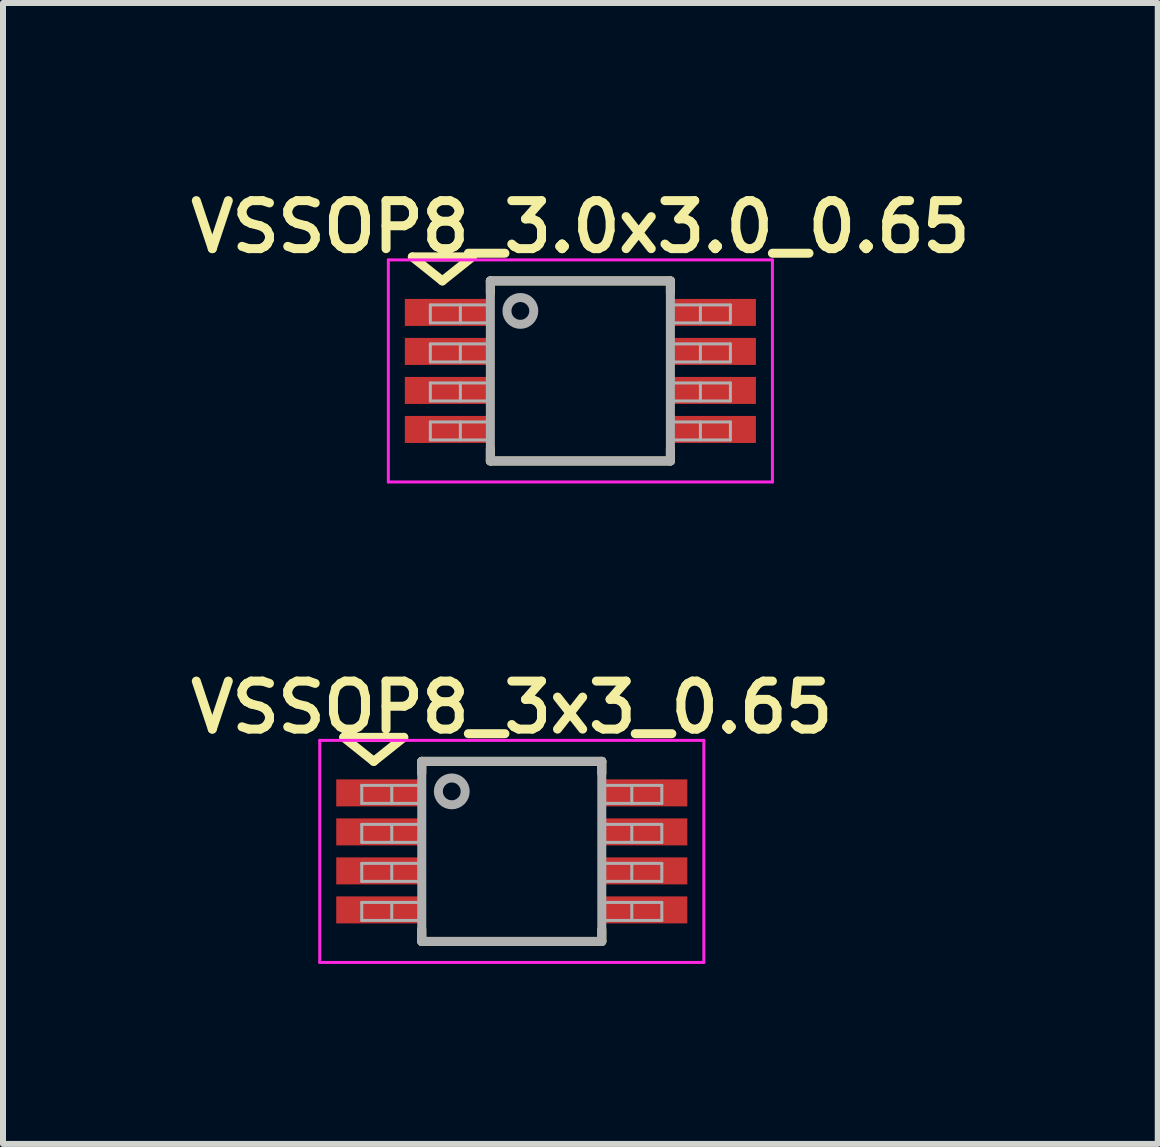
<source format=kicad_pcb>
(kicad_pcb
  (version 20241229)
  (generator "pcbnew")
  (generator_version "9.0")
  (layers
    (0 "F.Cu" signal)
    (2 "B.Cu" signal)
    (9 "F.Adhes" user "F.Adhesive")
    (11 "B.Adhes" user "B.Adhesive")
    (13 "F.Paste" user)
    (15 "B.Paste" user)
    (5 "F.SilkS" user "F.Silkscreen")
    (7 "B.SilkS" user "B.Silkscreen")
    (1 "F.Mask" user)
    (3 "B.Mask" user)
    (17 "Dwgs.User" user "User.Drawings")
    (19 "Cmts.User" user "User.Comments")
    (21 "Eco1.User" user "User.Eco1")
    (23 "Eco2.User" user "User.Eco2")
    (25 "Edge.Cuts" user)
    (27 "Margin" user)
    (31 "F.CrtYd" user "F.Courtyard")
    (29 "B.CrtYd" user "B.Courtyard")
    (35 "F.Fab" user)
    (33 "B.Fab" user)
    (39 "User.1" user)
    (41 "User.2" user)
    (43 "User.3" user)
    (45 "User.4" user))
  (footprint "VSSOP8_3.0x3.0_0.65"
    (layer "F.Cu")
    (at 6.621 3.131)
    (property "Reference" "VSSOP8_3.0x3.0_0.65" (at 0 -2.4 0) (layer "F.SilkS") (effects (font (size 0.8 0.8) (thickness 0.15))))
    (attr smd)
    (fp_line (start -2.8 -1.9) (end -1.8 -1.9) (stroke (width 0.15) (type solid)) (layer "F.SilkS"))
    (fp_line (start -2.3 -1.5) (end -2.8 -1.9) (stroke (width 0.15) (type solid)) (layer "F.SilkS"))
    (fp_line (start -2.3 -1.5) (end -1.8 -1.9) (stroke (width 0.15) (type solid)) (layer "F.SilkS"))
    (fp_line (start -1.5 -1.5) (end 1.5 -1.5) (stroke (width 0.15) (type solid)) (layer "F.SilkS"))
    (fp_line (start -1.5 -1.3) (end -1.5 -1.5) (stroke (width 0.15) (type solid)) (layer "F.SilkS"))
    (fp_line (start -1.5 1.5) (end -1.5 1.3) (stroke (width 0.15) (type solid)) (layer "F.SilkS"))
    (fp_line (start 1.5 -1.5) (end 1.5 -1.3) (stroke (width 0.15) (type solid)) (layer "F.SilkS"))
    (fp_line (start 1.5 1.3) (end 1.5 1.5) (stroke (width 0.15) (type solid)) (layer "F.SilkS"))
    (fp_line (start 1.5 1.5) (end -1.5 1.5) (stroke (width 0.15) (type solid)) (layer "F.SilkS"))
    (fp_line (start -3.2 -1.85) (end -3.2 1.85) (stroke (width 0.05) (type solid)) (layer "F.CrtYd"))
    (fp_line (start -3.2 -1.85) (end 3.2 -1.85) (stroke (width 0.05) (type solid)) (layer "F.CrtYd"))
    (fp_line (start -3.2 1.85) (end 3.2 1.85) (stroke (width 0.05) (type solid)) (layer "F.CrtYd"))
    (fp_line (start 3.2 -1.85) (end 3.2 1.85) (stroke (width 0.05) (type solid)) (layer "F.CrtYd"))
    (fp_line (start -2.5 -1.1) (end -2.5 -0.8) (stroke (width 0.05) (type solid)) (layer "F.Fab"))
    (fp_line (start -2.5 -0.8) (end -1.5 -0.8) (stroke (width 0.05) (type solid)) (layer "F.Fab"))
    (fp_line (start -2.5 -0.45) (end -2.5 -0.15) (stroke (width 0.05) (type solid)) (layer "F.Fab"))
    (fp_line (start -2.5 -0.15) (end -1.5 -0.15) (stroke (width 0.05) (type solid)) (layer "F.Fab"))
    (fp_line (start -2.5 0.2) (end -2.5 0.5) (stroke (width 0.05) (type solid)) (layer "F.Fab"))
    (fp_line (start -2.5 0.5) (end -1.5 0.5) (stroke (width 0.05) (type solid)) (layer "F.Fab"))
    (fp_line (start -2.5 0.85) (end -2.5 1.15) (stroke (width 0.05) (type solid)) (layer "F.Fab"))
    (fp_line (start -2.5 1.15) (end -1.5 1.15) (stroke (width 0.05) (type solid)) (layer "F.Fab"))
    (fp_line (start -2 -1.1) (end -2 -0.8) (stroke (width 0.05) (type solid)) (layer "F.Fab"))
    (fp_line (start -2 -0.45) (end -2 -0.15) (stroke (width 0.05) (type solid)) (layer "F.Fab"))
    (fp_line (start -2 0.2) (end -2 0.5) (stroke (width 0.05) (type solid)) (layer "F.Fab"))
    (fp_line (start -2 0.85) (end -2 1.15) (stroke (width 0.05) (type solid)) (layer "F.Fab"))
    (fp_line (start -1.5 -1.5) (end 1.5 -1.5) (stroke (width 0.15) (type solid)) (layer "F.Fab"))
    (fp_line (start -1.5 -1.1) (end -2.5 -1.1) (stroke (width 0.05) (type solid)) (layer "F.Fab"))
    (fp_line (start -1.5 -0.45) (end -2.5 -0.45) (stroke (width 0.05) (type solid)) (layer "F.Fab"))
    (fp_line (start -1.5 0.2) (end -2.5 0.2) (stroke (width 0.05) (type solid)) (layer "F.Fab"))
    (fp_line (start -1.5 0.85) (end -2.5 0.85) (stroke (width 0.05) (type solid)) (layer "F.Fab"))
    (fp_line (start -1.5 1.5) (end -1.5 -1.5) (stroke (width 0.15) (type solid)) (layer "F.Fab"))
    (fp_line (start 1.5 -1.5) (end 1.5 1.5) (stroke (width 0.15) (type solid)) (layer "F.Fab"))
    (fp_line (start 1.5 -0.8) (end 2.5 -0.8) (stroke (width 0.05) (type solid)) (layer "F.Fab"))
    (fp_line (start 1.5 -0.15) (end 2.5 -0.15) (stroke (width 0.05) (type solid)) (layer "F.Fab"))
    (fp_line (start 1.5 0.5) (end 2.5 0.5) (stroke (width 0.05) (type solid)) (layer "F.Fab"))
    (fp_line (start 1.5 1.15) (end 2.5 1.15) (stroke (width 0.05) (type solid)) (layer "F.Fab"))
    (fp_line (start 1.5 1.5) (end -1.5 1.5) (stroke (width 0.15) (type solid)) (layer "F.Fab"))
    (fp_line (start 2 -1.1) (end 2 -0.8) (stroke (width 0.05) (type solid)) (layer "F.Fab"))
    (fp_line (start 2 -0.45) (end 2 -0.15) (stroke (width 0.05) (type solid)) (layer "F.Fab"))
    (fp_line (start 2 0.2) (end 2 0.5) (stroke (width 0.05) (type solid)) (layer "F.Fab"))
    (fp_line (start 2 0.85) (end 2 1.15) (stroke (width 0.05) (type solid)) (layer "F.Fab"))
    (fp_line (start 2.5 -1.1) (end 1.5 -1.1) (stroke (width 0.05) (type solid)) (layer "F.Fab"))
    (fp_line (start 2.5 -1.1) (end 2.5 -0.8) (stroke (width 0.05) (type solid)) (layer "F.Fab"))
    (fp_line (start 2.5 -0.45) (end 1.5 -0.45) (stroke (width 0.05) (type solid)) (layer "F.Fab"))
    (fp_line (start 2.5 -0.45) (end 2.5 -0.15) (stroke (width 0.05) (type solid)) (layer "F.Fab"))
    (fp_line (start 2.5 0.2) (end 1.5 0.2) (stroke (width 0.05) (type solid)) (layer "F.Fab"))
    (fp_line (start 2.5 0.2) (end 2.5 0.5) (stroke (width 0.05) (type solid)) (layer "F.Fab"))
    (fp_line (start 2.5 0.85) (end 1.5 0.85) (stroke (width 0.05) (type solid)) (layer "F.Fab"))
    (fp_line (start 2.5 0.85) (end 2.5 1.15) (stroke (width 0.05) (type solid)) (layer "F.Fab"))
    (fp_circle (center -1 -1) (end -0.8 -0.9) (stroke (width 0.15) (type solid)) (fill no) (layer "F.Fab"))
    (pad "1" smd rect (at -2.2 -0.975) (size 1.45 0.45) (layers "F.Cu" "F.Mask" "F.Paste"))
    (pad "2" smd rect (at -2.2 -0.325) (size 1.45 0.45) (layers "F.Cu" "F.Mask" "F.Paste"))
    (pad "3" smd rect (at -2.2 0.325) (size 1.45 0.45) (layers "F.Cu" "F.Mask" "F.Paste"))
    (pad "4" smd rect (at -2.2 0.975) (size 1.45 0.45) (layers "F.Cu" "F.Mask" "F.Paste"))
    (pad "5" smd rect (at 2.2 0.975) (size 1.45 0.45) (layers "F.Cu" "F.Mask" "F.Paste"))
    (pad "6" smd rect (at 2.2 0.325) (size 1.45 0.45) (layers "F.Cu" "F.Mask" "F.Paste"))
    (pad "7" smd rect (at 2.2 -0.325) (size 1.45 0.45) (layers "F.Cu" "F.Mask" "F.Paste"))
    (pad "8" smd rect (at 2.2 -0.975) (size 1.45 0.45) (layers "F.Cu" "F.Mask" "F.Paste")))
  (footprint "VSSOP8_3x3_0.65"
    (layer "F.Cu")
    (at 5.478 11.137)
    (property "Reference" "VSSOP8_3x3_0.65" (at 0 -2.4 0) (layer "F.SilkS") (effects (font (size 0.8 0.8) (thickness 0.15))))
    (attr smd)
    (fp_line (start -2.8 -1.9) (end -1.8 -1.9) (stroke (width 0.15) (type solid)) (layer "F.SilkS"))
    (fp_line (start -2.3 -1.5) (end -2.8 -1.9) (stroke (width 0.15) (type solid)) (layer "F.SilkS"))
    (fp_line (start -2.3 -1.5) (end -1.8 -1.9) (stroke (width 0.15) (type solid)) (layer "F.SilkS"))
    (fp_line (start -1.5 -1.5) (end 1.5 -1.5) (stroke (width 0.15) (type solid)) (layer "F.SilkS"))
    (fp_line (start -1.5 -1.3) (end -1.5 -1.5) (stroke (width 0.15) (type solid)) (layer "F.SilkS"))
    (fp_line (start -1.5 1.5) (end -1.5 1.3) (stroke (width 0.15) (type solid)) (layer "F.SilkS"))
    (fp_line (start 1.5 -1.5) (end 1.5 -1.3) (stroke (width 0.15) (type solid)) (layer "F.SilkS"))
    (fp_line (start 1.5 1.3) (end 1.5 1.5) (stroke (width 0.15) (type solid)) (layer "F.SilkS"))
    (fp_line (start 1.5 1.5) (end -1.5 1.5) (stroke (width 0.15) (type solid)) (layer "F.SilkS"))
    (fp_line (start -3.2 -1.85) (end -3.2 1.85) (stroke (width 0.05) (type solid)) (layer "F.CrtYd"))
    (fp_line (start -3.2 -1.85) (end 3.2 -1.85) (stroke (width 0.05) (type solid)) (layer "F.CrtYd"))
    (fp_line (start -3.2 1.85) (end 3.2 1.85) (stroke (width 0.05) (type solid)) (layer "F.CrtYd"))
    (fp_line (start 3.2 -1.85) (end 3.2 1.85) (stroke (width 0.05) (type solid)) (layer "F.CrtYd"))
    (fp_line (start -2.5 -1.1) (end -2.5 -0.8) (stroke (width 0.05) (type solid)) (layer "F.Fab"))
    (fp_line (start -2.5 -0.8) (end -1.5 -0.8) (stroke (width 0.05) (type solid)) (layer "F.Fab"))
    (fp_line (start -2.5 -0.45) (end -2.5 -0.15) (stroke (width 0.05) (type solid)) (layer "F.Fab"))
    (fp_line (start -2.5 -0.15) (end -1.5 -0.15) (stroke (width 0.05) (type solid)) (layer "F.Fab"))
    (fp_line (start -2.5 0.2) (end -2.5 0.5) (stroke (width 0.05) (type solid)) (layer "F.Fab"))
    (fp_line (start -2.5 0.5) (end -1.5 0.5) (stroke (width 0.05) (type solid)) (layer "F.Fab"))
    (fp_line (start -2.5 0.85) (end -2.5 1.15) (stroke (width 0.05) (type solid)) (layer "F.Fab"))
    (fp_line (start -2.5 1.15) (end -1.5 1.15) (stroke (width 0.05) (type solid)) (layer "F.Fab"))
    (fp_line (start -2 -1.1) (end -2 -0.8) (stroke (width 0.05) (type solid)) (layer "F.Fab"))
    (fp_line (start -2 -0.45) (end -2 -0.15) (stroke (width 0.05) (type solid)) (layer "F.Fab"))
    (fp_line (start -2 0.2) (end -2 0.5) (stroke (width 0.05) (type solid)) (layer "F.Fab"))
    (fp_line (start -2 0.85) (end -2 1.15) (stroke (width 0.05) (type solid)) (layer "F.Fab"))
    (fp_line (start -1.5 -1.5) (end 1.5 -1.5) (stroke (width 0.15) (type solid)) (layer "F.Fab"))
    (fp_line (start -1.5 -1.1) (end -2.5 -1.1) (stroke (width 0.05) (type solid)) (layer "F.Fab"))
    (fp_line (start -1.5 -0.45) (end -2.5 -0.45) (stroke (width 0.05) (type solid)) (layer "F.Fab"))
    (fp_line (start -1.5 0.2) (end -2.5 0.2) (stroke (width 0.05) (type solid)) (layer "F.Fab"))
    (fp_line (start -1.5 0.85) (end -2.5 0.85) (stroke (width 0.05) (type solid)) (layer "F.Fab"))
    (fp_line (start -1.5 1.5) (end -1.5 -1.5) (stroke (width 0.15) (type solid)) (layer "F.Fab"))
    (fp_line (start 1.5 -1.5) (end 1.5 1.5) (stroke (width 0.15) (type solid)) (layer "F.Fab"))
    (fp_line (start 1.5 -0.8) (end 2.5 -0.8) (stroke (width 0.05) (type solid)) (layer "F.Fab"))
    (fp_line (start 1.5 -0.15) (end 2.5 -0.15) (stroke (width 0.05) (type solid)) (layer "F.Fab"))
    (fp_line (start 1.5 0.5) (end 2.5 0.5) (stroke (width 0.05) (type solid)) (layer "F.Fab"))
    (fp_line (start 1.5 1.15) (end 2.5 1.15) (stroke (width 0.05) (type solid)) (layer "F.Fab"))
    (fp_line (start 1.5 1.5) (end -1.5 1.5) (stroke (width 0.15) (type solid)) (layer "F.Fab"))
    (fp_line (start 2 -1.1) (end 2 -0.8) (stroke (width 0.05) (type solid)) (layer "F.Fab"))
    (fp_line (start 2 -0.45) (end 2 -0.15) (stroke (width 0.05) (type solid)) (layer "F.Fab"))
    (fp_line (start 2 0.2) (end 2 0.5) (stroke (width 0.05) (type solid)) (layer "F.Fab"))
    (fp_line (start 2 0.85) (end 2 1.15) (stroke (width 0.05) (type solid)) (layer "F.Fab"))
    (fp_line (start 2.5 -1.1) (end 1.5 -1.1) (stroke (width 0.05) (type solid)) (layer "F.Fab"))
    (fp_line (start 2.5 -1.1) (end 2.5 -0.8) (stroke (width 0.05) (type solid)) (layer "F.Fab"))
    (fp_line (start 2.5 -0.45) (end 1.5 -0.45) (stroke (width 0.05) (type solid)) (layer "F.Fab"))
    (fp_line (start 2.5 -0.45) (end 2.5 -0.15) (stroke (width 0.05) (type solid)) (layer "F.Fab"))
    (fp_line (start 2.5 0.2) (end 1.5 0.2) (stroke (width 0.05) (type solid)) (layer "F.Fab"))
    (fp_line (start 2.5 0.2) (end 2.5 0.5) (stroke (width 0.05) (type solid)) (layer "F.Fab"))
    (fp_line (start 2.5 0.85) (end 1.5 0.85) (stroke (width 0.05) (type solid)) (layer "F.Fab"))
    (fp_line (start 2.5 0.85) (end 2.5 1.15) (stroke (width 0.05) (type solid)) (layer "F.Fab"))
    (fp_circle (center -1 -1) (end -0.8 -0.9) (stroke (width 0.15) (type solid)) (fill no) (layer "F.Fab"))
    (pad "1" smd rect (at -2.2 -0.975) (size 1.45 0.45) (layers "F.Cu" "F.Mask" "F.Paste"))
    (pad "2" smd rect (at -2.2 -0.325) (size 1.45 0.45) (layers "F.Cu" "F.Mask" "F.Paste"))
    (pad "3" smd rect (at -2.2 0.325) (size 1.45 0.45) (layers "F.Cu" "F.Mask" "F.Paste"))
    (pad "4" smd rect (at -2.2 0.975) (size 1.45 0.45) (layers "F.Cu" "F.Mask" "F.Paste"))
    (pad "5" smd rect (at 2.2 0.975) (size 1.45 0.45) (layers "F.Cu" "F.Mask" "F.Paste"))
    (pad "6" smd rect (at 2.2 0.325) (size 1.45 0.45) (layers "F.Cu" "F.Mask" "F.Paste"))
    (pad "7" smd rect (at 2.2 -0.325) (size 1.45 0.45) (layers "F.Cu" "F.Mask" "F.Paste"))
    (pad "8" smd rect (at 2.2 -0.975) (size 1.45 0.45) (layers "F.Cu" "F.Mask" "F.Paste")))
  (gr_rect
    (start -3 -3)
    (end 16.242 16.012)
    (stroke (width 0.1) (type default))
    (fill no)
    (layer "Edge.Cuts")))
</source>
